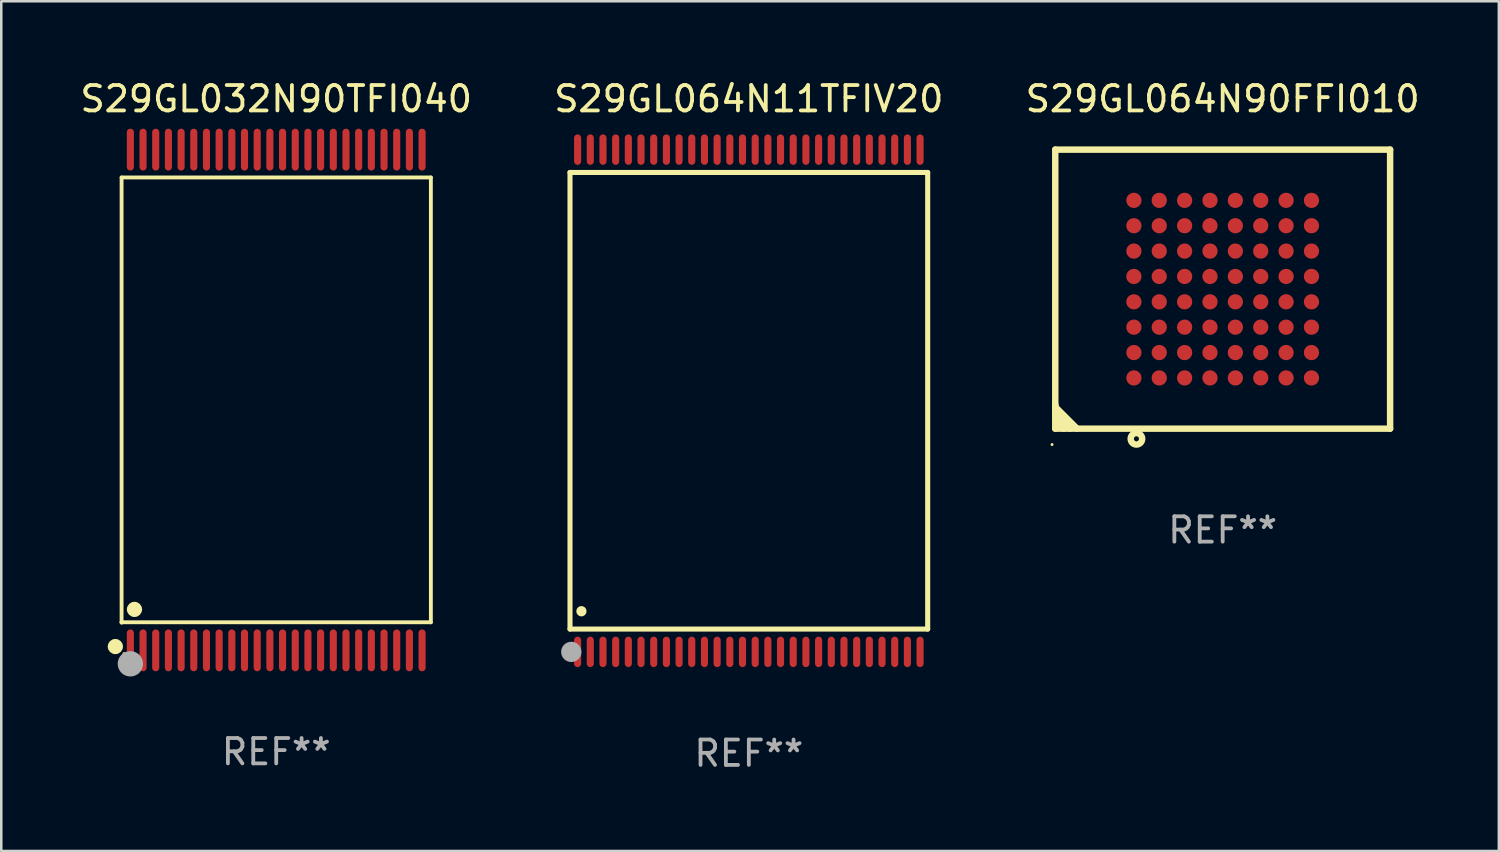
<source format=kicad_pcb>
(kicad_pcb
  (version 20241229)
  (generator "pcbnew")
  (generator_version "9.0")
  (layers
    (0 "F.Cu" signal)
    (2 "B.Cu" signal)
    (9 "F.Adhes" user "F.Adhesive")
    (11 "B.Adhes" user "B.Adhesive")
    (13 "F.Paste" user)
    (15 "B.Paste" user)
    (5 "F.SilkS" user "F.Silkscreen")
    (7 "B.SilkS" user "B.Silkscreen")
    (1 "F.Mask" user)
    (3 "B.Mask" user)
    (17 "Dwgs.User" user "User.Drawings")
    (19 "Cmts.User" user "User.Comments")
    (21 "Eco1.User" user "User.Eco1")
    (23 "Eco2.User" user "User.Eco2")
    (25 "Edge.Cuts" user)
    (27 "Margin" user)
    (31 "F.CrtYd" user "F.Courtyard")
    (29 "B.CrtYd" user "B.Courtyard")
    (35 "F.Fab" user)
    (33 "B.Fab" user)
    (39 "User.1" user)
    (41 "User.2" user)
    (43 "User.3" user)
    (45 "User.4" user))
  (footprint "S29GL064N90FFI010"
    (layer "F.Cu")
    (at 45.149 8.348)
    (property "Reference" "S29GL064N90FFI010" (at 0 -7.5 0) (layer "F.SilkS") (effects (font (size 1 1) (thickness 0.15))))
    (attr through_hole)
    (fp_line (start -6.6 -5.5) (end 6.6 -5.5) (stroke (width 0.254) (type solid)) (layer "F.SilkS"))
    (fp_line (start -6.6 4.543) (end -6.6 4.64) (stroke (width 0.254) (type solid)) (layer "F.SilkS"))
    (fp_line (start -6.6 4.64) (end -5.74 5.5) (stroke (width 0.254) (type solid)) (layer "F.SilkS"))
    (fp_line (start -6.6 4.823) (end -6.6 4.919) (stroke (width 0.254) (type solid)) (layer "F.SilkS"))
    (fp_line (start -6.6 4.919) (end -6.019 5.5) (stroke (width 0.254) (type solid)) (layer "F.SilkS"))
    (fp_line (start -6.6 5.191) (end -6.57 5.191) (stroke (width 0.254) (type solid)) (layer "F.SilkS"))
    (fp_line (start -6.6 5.5) (end -6.6 -5.5) (stroke (width 0.254) (type solid)) (layer "F.SilkS"))
    (fp_line (start -6.6 5.5) (end 6.6 5.5) (stroke (width 0.254) (type solid)) (layer "F.SilkS"))
    (fp_line (start -6.57 5.191) (end -6.261 5.5) (stroke (width 0.254) (type solid)) (layer "F.SilkS"))
    (fp_line (start 6.6 5.5) (end 6.6 -5.5) (stroke (width 0.254) (type solid)) (layer "F.SilkS"))
    (fp_circle (center -6.727 6.127) (end -6.697 6.127) (stroke (width 0.06) (type solid)) (fill no) (layer "F.SilkS"))
    (fp_circle (center -3.4 5.9) (end -3.3 5.9) (stroke (width 0.254) (type solid)) (fill no) (layer "F.SilkS"))
    (fp_text user "REF**" (at 0 9.5 0) (layer "F.Fab") (effects (font (size 1 1) (thickness 0.15))))
    (pad "A1" smd circle (at -3.5 3.5) (size 0.6 0.6) (layers "F.Cu" "F.Mask" "F.Paste"))
    (pad "A2" smd circle (at -3.5 2.5) (size 0.6 0.6) (layers "F.Cu" "F.Mask" "F.Paste"))
    (pad "A3" smd circle (at -3.5 1.5) (size 0.6 0.6) (layers "F.Cu" "F.Mask" "F.Paste"))
    (pad "A4" smd circle (at -3.5 0.5) (size 0.6 0.6) (layers "F.Cu" "F.Mask" "F.Paste"))
    (pad "A5" smd circle (at -3.5 -0.5) (size 0.6 0.6) (layers "F.Cu" "F.Mask" "F.Paste"))
    (pad "A6" smd circle (at -3.5 -1.5) (size 0.6 0.6) (layers "F.Cu" "F.Mask" "F.Paste"))
    (pad "A7" smd circle (at -3.5 -2.5) (size 0.6 0.6) (layers "F.Cu" "F.Mask" "F.Paste"))
    (pad "A8" smd circle (at -3.5 -3.5) (size 0.6 0.6) (layers "F.Cu" "F.Mask" "F.Paste"))
    (pad "B1" smd circle (at -2.5 3.5) (size 0.6 0.6) (layers "F.Cu" "F.Mask" "F.Paste"))
    (pad "B2" smd circle (at -2.5 2.5) (size 0.6 0.6) (layers "F.Cu" "F.Mask" "F.Paste"))
    (pad "B3" smd circle (at -2.5 1.5) (size 0.6 0.6) (layers "F.Cu" "F.Mask" "F.Paste"))
    (pad "B4" smd circle (at -2.5 0.5) (size 0.6 0.6) (layers "F.Cu" "F.Mask" "F.Paste"))
    (pad "B5" smd circle (at -2.5 -0.5) (size 0.6 0.6) (layers "F.Cu" "F.Mask" "F.Paste"))
    (pad "B6" smd circle (at -2.5 -1.5) (size 0.6 0.6) (layers "F.Cu" "F.Mask" "F.Paste"))
    (pad "B7" smd circle (at -2.5 -2.5) (size 0.6 0.6) (layers "F.Cu" "F.Mask" "F.Paste"))
    (pad "B8" smd circle (at -2.5 -3.5) (size 0.6 0.6) (layers "F.Cu" "F.Mask" "F.Paste"))
    (pad "C1" smd circle (at -1.5 3.5) (size 0.6 0.6) (layers "F.Cu" "F.Mask" "F.Paste"))
    (pad "C2" smd circle (at -1.5 2.5) (size 0.6 0.6) (layers "F.Cu" "F.Mask" "F.Paste"))
    (pad "C3" smd circle (at -1.5 1.5) (size 0.6 0.6) (layers "F.Cu" "F.Mask" "F.Paste"))
    (pad "C4" smd circle (at -1.5 0.5) (size 0.6 0.6) (layers "F.Cu" "F.Mask" "F.Paste"))
    (pad "C5" smd circle (at -1.5 -0.5) (size 0.6 0.6) (layers "F.Cu" "F.Mask" "F.Paste"))
    (pad "C6" smd circle (at -1.5 -1.5) (size 0.6 0.6) (layers "F.Cu" "F.Mask" "F.Paste"))
    (pad "C7" smd circle (at -1.5 -2.5) (size 0.6 0.6) (layers "F.Cu" "F.Mask" "F.Paste"))
    (pad "C8" smd circle (at -1.5 -3.5) (size 0.6 0.6) (layers "F.Cu" "F.Mask" "F.Paste"))
    (pad "D1" smd circle (at -0.5 3.5) (size 0.6 0.6) (layers "F.Cu" "F.Mask" "F.Paste"))
    (pad "D2" smd circle (at -0.5 2.5) (size 0.6 0.6) (layers "F.Cu" "F.Mask" "F.Paste"))
    (pad "D3" smd circle (at -0.5 1.5) (size 0.6 0.6) (layers "F.Cu" "F.Mask" "F.Paste"))
    (pad "D4" smd circle (at -0.5 0.5) (size 0.6 0.6) (layers "F.Cu" "F.Mask" "F.Paste"))
    (pad "D5" smd circle (at -0.5 -0.5) (size 0.6 0.6) (layers "F.Cu" "F.Mask" "F.Paste"))
    (pad "D6" smd circle (at -0.5 -1.5) (size 0.6 0.6) (layers "F.Cu" "F.Mask" "F.Paste"))
    (pad "D7" smd circle (at -0.5 -2.5) (size 0.6 0.6) (layers "F.Cu" "F.Mask" "F.Paste"))
    (pad "D8" smd circle (at -0.5 -3.5) (size 0.6 0.6) (layers "F.Cu" "F.Mask" "F.Paste"))
    (pad "E1" smd circle (at 0.5 3.5) (size 0.6 0.6) (layers "F.Cu" "F.Mask" "F.Paste"))
    (pad "E2" smd circle (at 0.5 2.5) (size 0.6 0.6) (layers "F.Cu" "F.Mask" "F.Paste"))
    (pad "E3" smd circle (at 0.5 1.5) (size 0.6 0.6) (layers "F.Cu" "F.Mask" "F.Paste"))
    (pad "E4" smd circle (at 0.5 0.5) (size 0.6 0.6) (layers "F.Cu" "F.Mask" "F.Paste"))
    (pad "E5" smd circle (at 0.5 -0.5) (size 0.6 0.6) (layers "F.Cu" "F.Mask" "F.Paste"))
    (pad "E6" smd circle (at 0.5 -1.5) (size 0.6 0.6) (layers "F.Cu" "F.Mask" "F.Paste"))
    (pad "E7" smd circle (at 0.5 -2.5) (size 0.6 0.6) (layers "F.Cu" "F.Mask" "F.Paste"))
    (pad "E8" smd circle (at 0.5 -3.5) (size 0.6 0.6) (layers "F.Cu" "F.Mask" "F.Paste"))
    (pad "F1" smd circle (at 1.5 3.5) (size 0.6 0.6) (layers "F.Cu" "F.Mask" "F.Paste"))
    (pad "F2" smd circle (at 1.5 2.5) (size 0.6 0.6) (layers "F.Cu" "F.Mask" "F.Paste"))
    (pad "F3" smd circle (at 1.5 1.5) (size 0.6 0.6) (layers "F.Cu" "F.Mask" "F.Paste"))
    (pad "F4" smd circle (at 1.5 0.5) (size 0.6 0.6) (layers "F.Cu" "F.Mask" "F.Paste"))
    (pad "F5" smd circle (at 1.5 -0.5) (size 0.6 0.6) (layers "F.Cu" "F.Mask" "F.Paste"))
    (pad "F6" smd circle (at 1.5 -1.5) (size 0.6 0.6) (layers "F.Cu" "F.Mask" "F.Paste"))
    (pad "F7" smd circle (at 1.5 -2.5) (size 0.6 0.6) (layers "F.Cu" "F.Mask" "F.Paste"))
    (pad "F8" smd circle (at 1.5 -3.5) (size 0.6 0.6) (layers "F.Cu" "F.Mask" "F.Paste"))
    (pad "G1" smd circle (at 2.5 3.5) (size 0.6 0.6) (layers "F.Cu" "F.Mask" "F.Paste"))
    (pad "G2" smd circle (at 2.5 2.5) (size 0.6 0.6) (layers "F.Cu" "F.Mask" "F.Paste"))
    (pad "G3" smd circle (at 2.5 1.5) (size 0.6 0.6) (layers "F.Cu" "F.Mask" "F.Paste"))
    (pad "G4" smd circle (at 2.5 0.5) (size 0.6 0.6) (layers "F.Cu" "F.Mask" "F.Paste"))
    (pad "G5" smd circle (at 2.5 -0.5) (size 0.6 0.6) (layers "F.Cu" "F.Mask" "F.Paste"))
    (pad "G6" smd circle (at 2.5 -1.5) (size 0.6 0.6) (layers "F.Cu" "F.Mask" "F.Paste"))
    (pad "G7" smd circle (at 2.5 -2.5) (size 0.6 0.6) (layers "F.Cu" "F.Mask" "F.Paste"))
    (pad "G8" smd circle (at 2.5 -3.5) (size 0.6 0.6) (layers "F.Cu" "F.Mask" "F.Paste"))
    (pad "H1" smd circle (at 3.5 3.5) (size 0.6 0.6) (layers "F.Cu" "F.Mask" "F.Paste"))
    (pad "H2" smd circle (at 3.5 2.5) (size 0.6 0.6) (layers "F.Cu" "F.Mask" "F.Paste"))
    (pad "H3" smd circle (at 3.5 1.5) (size 0.6 0.6) (layers "F.Cu" "F.Mask" "F.Paste"))
    (pad "H4" smd circle (at 3.5 0.5) (size 0.6 0.6) (layers "F.Cu" "F.Mask" "F.Paste"))
    (pad "H5" smd circle (at 3.5 -0.5) (size 0.6 0.6) (layers "F.Cu" "F.Mask" "F.Paste"))
    (pad "H6" smd circle (at 3.5 -1.5) (size 0.6 0.6) (layers "F.Cu" "F.Mask" "F.Paste"))
    (pad "H7" smd circle (at 3.5 -2.5) (size 0.6 0.6) (layers "F.Cu" "F.Mask" "F.Paste"))
    (pad "H8" smd circle (at 3.5 -3.5) (size 0.6 0.6) (layers "F.Cu" "F.Mask" "F.Paste")))
  (footprint "S29GL032N90TFI040"
    (layer "F.Cu")
    (at 7.839 12.718)
    (property "Reference" "S29GL032N90TFI040" (at 0 -11.87 0) (layer "F.SilkS") (effects (font (size 1 1) (thickness 0.15))))
    (attr through_hole)
    (fp_line (start -6.096 -8.771) (end 6.096 -8.771) (stroke (width 0.152) (type solid)) (layer "F.SilkS"))
    (fp_line (start -6.096 8.763) (end -6.096 8.771) (stroke (width 0.152) (type solid)) (layer "F.SilkS"))
    (fp_line (start -6.096 8.771) (end -6.096 -8.771) (stroke (width 0.152) (type solid)) (layer "F.SilkS"))
    (fp_line (start 6.096 -8.771) (end 6.096 8.763) (stroke (width 0.152) (type solid)) (layer "F.SilkS"))
    (fp_line (start 6.096 8.763) (end -6.096 8.763) (stroke (width 0.152) (type solid)) (layer "F.SilkS"))
    (fp_circle (center -6.342 9.72) (end -6.192 9.72) (stroke (width 0.3) (type solid)) (fill no) (layer "F.SilkS"))
    (fp_circle (center -6 10) (end -5.97 10) (stroke (width 0.06) (type solid)) (fill no) (layer "F.SilkS"))
    (fp_circle (center -5.588 8.255) (end -5.438 8.255) (stroke (width 0.3) (type solid)) (fill no) (layer "F.SilkS"))
    (fp_circle (center -5.75 10.4) (end -5.5 10.4) (stroke (width 0.5) (type solid)) (fill no) (layer "F.Fab"))
    (fp_text user "REF**" (at 0 13.87 0) (layer "F.Fab") (effects (font (size 1 1) (thickness 0.15))))
    (pad "1" smd oval (at -5.75 9.87) (size 0.28 1.65) (layers "F.Cu" "F.Mask" "F.Paste"))
    (pad "2" smd oval (at -5.25 9.87) (size 0.28 1.65) (layers "F.Cu" "F.Mask" "F.Paste"))
    (pad "3" smd oval (at -4.75 9.87) (size 0.28 1.65) (layers "F.Cu" "F.Mask" "F.Paste"))
    (pad "4" smd oval (at -4.25 9.87) (size 0.28 1.65) (layers "F.Cu" "F.Mask" "F.Paste"))
    (pad "5" smd oval (at -3.75 9.87) (size 0.28 1.65) (layers "F.Cu" "F.Mask" "F.Paste"))
    (pad "6" smd oval (at -3.25 9.87) (size 0.28 1.65) (layers "F.Cu" "F.Mask" "F.Paste"))
    (pad "7" smd oval (at -2.75 9.87) (size 0.28 1.65) (layers "F.Cu" "F.Mask" "F.Paste"))
    (pad "8" smd oval (at -2.25 9.87) (size 0.28 1.65) (layers "F.Cu" "F.Mask" "F.Paste"))
    (pad "9" smd oval (at -1.75 9.87) (size 0.28 1.65) (layers "F.Cu" "F.Mask" "F.Paste"))
    (pad "10" smd oval (at -1.25 9.87) (size 0.28 1.65) (layers "F.Cu" "F.Mask" "F.Paste"))
    (pad "11" smd oval (at -0.75 9.87) (size 0.28 1.65) (layers "F.Cu" "F.Mask" "F.Paste"))
    (pad "12" smd oval (at -0.25 9.87) (size 0.28 1.65) (layers "F.Cu" "F.Mask" "F.Paste"))
    (pad "13" smd oval (at 0.25 9.87) (size 0.28 1.65) (layers "F.Cu" "F.Mask" "F.Paste"))
    (pad "14" smd oval (at 0.75 9.87) (size 0.28 1.65) (layers "F.Cu" "F.Mask" "F.Paste"))
    (pad "15" smd oval (at 1.25 9.87) (size 0.28 1.65) (layers "F.Cu" "F.Mask" "F.Paste"))
    (pad "16" smd oval (at 1.75 9.87) (size 0.28 1.65) (layers "F.Cu" "F.Mask" "F.Paste"))
    (pad "17" smd oval (at 2.25 9.87) (size 0.28 1.65) (layers "F.Cu" "F.Mask" "F.Paste"))
    (pad "18" smd oval (at 2.75 9.87) (size 0.28 1.65) (layers "F.Cu" "F.Mask" "F.Paste"))
    (pad "19" smd oval (at 3.25 9.87) (size 0.28 1.65) (layers "F.Cu" "F.Mask" "F.Paste"))
    (pad "20" smd oval (at 3.75 9.87) (size 0.28 1.65) (layers "F.Cu" "F.Mask" "F.Paste"))
    (pad "21" smd oval (at 4.25 9.87) (size 0.28 1.65) (layers "F.Cu" "F.Mask" "F.Paste"))
    (pad "22" smd oval (at 4.75 9.87) (size 0.28 1.65) (layers "F.Cu" "F.Mask" "F.Paste"))
    (pad "23" smd oval (at 5.25 9.87) (size 0.28 1.65) (layers "F.Cu" "F.Mask" "F.Paste"))
    (pad "24" smd oval (at 5.75 9.87) (size 0.28 1.65) (layers "F.Cu" "F.Mask" "F.Paste"))
    (pad "25" smd oval (at 5.75 -9.87) (size 0.28 1.65) (layers "F.Cu" "F.Mask" "F.Paste"))
    (pad "26" smd oval (at 5.25 -9.87) (size 0.28 1.65) (layers "F.Cu" "F.Mask" "F.Paste"))
    (pad "27" smd oval (at 4.75 -9.87) (size 0.28 1.65) (layers "F.Cu" "F.Mask" "F.Paste"))
    (pad "28" smd oval (at 4.25 -9.87) (size 0.28 1.65) (layers "F.Cu" "F.Mask" "F.Paste"))
    (pad "29" smd oval (at 3.75 -9.87) (size 0.28 1.65) (layers "F.Cu" "F.Mask" "F.Paste"))
    (pad "30" smd oval (at 3.25 -9.87) (size 0.28 1.65) (layers "F.Cu" "F.Mask" "F.Paste"))
    (pad "31" smd oval (at 2.75 -9.87) (size 0.28 1.65) (layers "F.Cu" "F.Mask" "F.Paste"))
    (pad "32" smd oval (at 2.25 -9.87) (size 0.28 1.65) (layers "F.Cu" "F.Mask" "F.Paste"))
    (pad "33" smd oval (at 1.75 -9.87) (size 0.28 1.65) (layers "F.Cu" "F.Mask" "F.Paste"))
    (pad "34" smd oval (at 1.25 -9.87) (size 0.28 1.65) (layers "F.Cu" "F.Mask" "F.Paste"))
    (pad "35" smd oval (at 0.75 -9.87) (size 0.28 1.65) (layers "F.Cu" "F.Mask" "F.Paste"))
    (pad "36" smd oval (at 0.25 -9.87) (size 0.28 1.65) (layers "F.Cu" "F.Mask" "F.Paste"))
    (pad "37" smd oval (at -0.25 -9.87) (size 0.28 1.65) (layers "F.Cu" "F.Mask" "F.Paste"))
    (pad "38" smd oval (at -0.75 -9.87) (size 0.28 1.65) (layers "F.Cu" "F.Mask" "F.Paste"))
    (pad "39" smd oval (at -1.25 -9.87) (size 0.28 1.65) (layers "F.Cu" "F.Mask" "F.Paste"))
    (pad "40" smd oval (at -1.75 -9.87) (size 0.28 1.65) (layers "F.Cu" "F.Mask" "F.Paste"))
    (pad "41" smd oval (at -2.25 -9.87) (size 0.28 1.65) (layers "F.Cu" "F.Mask" "F.Paste"))
    (pad "42" smd oval (at -2.75 -9.87) (size 0.28 1.65) (layers "F.Cu" "F.Mask" "F.Paste"))
    (pad "43" smd oval (at -3.25 -9.87) (size 0.28 1.65) (layers "F.Cu" "F.Mask" "F.Paste"))
    (pad "44" smd oval (at -3.75 -9.87) (size 0.28 1.65) (layers "F.Cu" "F.Mask" "F.Paste"))
    (pad "45" smd oval (at -4.25 -9.87) (size 0.28 1.65) (layers "F.Cu" "F.Mask" "F.Paste"))
    (pad "46" smd oval (at -4.75 -9.87) (size 0.28 1.65) (layers "F.Cu" "F.Mask" "F.Paste"))
    (pad "47" smd oval (at -5.25 -9.87) (size 0.28 1.65) (layers "F.Cu" "F.Mask" "F.Paste"))
    (pad "48" smd oval (at -5.75 -9.87) (size 0.28 1.65) (layers "F.Cu" "F.Mask" "F.Paste")))
  (footprint "S29GL064N11TFIV20"
    (layer "F.Cu")
    (at 26.47 12.748)
    (property "Reference" "S29GL064N11TFIV20" (at 0 -11.9 0) (layer "F.SilkS") (effects (font (size 1 1) (thickness 0.15))))
    (attr through_hole)
    (fp_line (start -7.05 -9) (end 7.05 -9) (stroke (width 0.2) (type solid)) (layer "F.SilkS"))
    (fp_line (start -7.05 9) (end -7.05 -9) (stroke (width 0.2) (type solid)) (layer "F.SilkS"))
    (fp_line (start 7.05 9) (end -7.05 9) (stroke (width 0.2) (type solid)) (layer "F.SilkS"))
    (fp_line (start 7.05 9) (end 7.05 -9) (stroke (width 0.2) (type solid)) (layer "F.SilkS"))
    (fp_arc (start -6.600025 8.300025) (mid -6.600041 8.297485) (end -6.600025 8.294945) (stroke (width 0.4) (type solid)) (layer "F.SilkS"))
    (fp_circle (center -7 10) (end -6.97 10) (stroke (width 0.06) (type solid)) (fill no) (layer "F.SilkS"))
    (fp_circle (center -7 9.9) (end -6.8 9.9) (stroke (width 0.4) (type solid)) (fill no) (layer "F.Fab"))
    (fp_text user "REF**" (at 0 13.9 0) (layer "F.Fab") (effects (font (size 1 1) (thickness 0.15))))
    (pad "1" smd oval (at -6.75 9.9) (size 0.28 1.2) (layers "F.Cu" "F.Mask" "F.Paste"))
    (pad "2" smd oval (at -6.25 9.9) (size 0.28 1.2) (layers "F.Cu" "F.Mask" "F.Paste"))
    (pad "3" smd oval (at -5.75 9.9) (size 0.28 1.2) (layers "F.Cu" "F.Mask" "F.Paste"))
    (pad "4" smd oval (at -5.25 9.9) (size 0.28 1.2) (layers "F.Cu" "F.Mask" "F.Paste"))
    (pad "5" smd oval (at -4.75 9.9) (size 0.28 1.2) (layers "F.Cu" "F.Mask" "F.Paste"))
    (pad "6" smd oval (at -4.25 9.9) (size 0.28 1.2) (layers "F.Cu" "F.Mask" "F.Paste"))
    (pad "7" smd oval (at -3.75 9.9) (size 0.28 1.2) (layers "F.Cu" "F.Mask" "F.Paste"))
    (pad "8" smd oval (at -3.25 9.9) (size 0.28 1.2) (layers "F.Cu" "F.Mask" "F.Paste"))
    (pad "9" smd oval (at -2.75 9.9) (size 0.28 1.2) (layers "F.Cu" "F.Mask" "F.Paste"))
    (pad "10" smd oval (at -2.25 9.9) (size 0.28 1.2) (layers "F.Cu" "F.Mask" "F.Paste"))
    (pad "11" smd oval (at -1.75 9.9) (size 0.28 1.2) (layers "F.Cu" "F.Mask" "F.Paste"))
    (pad "12" smd oval (at -1.25 9.9) (size 0.28 1.2) (layers "F.Cu" "F.Mask" "F.Paste"))
    (pad "13" smd oval (at -0.75 9.9) (size 0.28 1.2) (layers "F.Cu" "F.Mask" "F.Paste"))
    (pad "14" smd oval (at -0.25 9.9) (size 0.28 1.2) (layers "F.Cu" "F.Mask" "F.Paste"))
    (pad "15" smd oval (at 0.25 9.9) (size 0.28 1.2) (layers "F.Cu" "F.Mask" "F.Paste"))
    (pad "16" smd oval (at 0.75 9.9) (size 0.28 1.2) (layers "F.Cu" "F.Mask" "F.Paste"))
    (pad "17" smd oval (at 1.25 9.9) (size 0.28 1.2) (layers "F.Cu" "F.Mask" "F.Paste"))
    (pad "18" smd oval (at 1.75 9.9) (size 0.28 1.2) (layers "F.Cu" "F.Mask" "F.Paste"))
    (pad "19" smd oval (at 2.25 9.9) (size 0.28 1.2) (layers "F.Cu" "F.Mask" "F.Paste"))
    (pad "20" smd oval (at 2.75 9.9) (size 0.28 1.2) (layers "F.Cu" "F.Mask" "F.Paste"))
    (pad "21" smd oval (at 3.25 9.9) (size 0.28 1.2) (layers "F.Cu" "F.Mask" "F.Paste"))
    (pad "22" smd oval (at 3.75 9.9) (size 0.28 1.2) (layers "F.Cu" "F.Mask" "F.Paste"))
    (pad "23" smd oval (at 4.25 9.9) (size 0.28 1.2) (layers "F.Cu" "F.Mask" "F.Paste"))
    (pad "24" smd oval (at 4.75 9.9) (size 0.28 1.2) (layers "F.Cu" "F.Mask" "F.Paste"))
    (pad "25" smd oval (at 5.25 9.9) (size 0.28 1.2) (layers "F.Cu" "F.Mask" "F.Paste"))
    (pad "26" smd oval (at 5.75 9.9) (size 0.28 1.2) (layers "F.Cu" "F.Mask" "F.Paste"))
    (pad "27" smd oval (at 6.25 9.9) (size 0.28 1.2) (layers "F.Cu" "F.Mask" "F.Paste"))
    (pad "28" smd oval (at 6.75 9.9) (size 0.28 1.2) (layers "F.Cu" "F.Mask" "F.Paste"))
    (pad "29" smd oval (at 6.75 -9.9) (size 0.28 1.2) (layers "F.Cu" "F.Mask" "F.Paste"))
    (pad "30" smd oval (at 6.25 -9.9) (size 0.28 1.2) (layers "F.Cu" "F.Mask" "F.Paste"))
    (pad "31" smd oval (at 5.75 -9.9) (size 0.28 1.2) (layers "F.Cu" "F.Mask" "F.Paste"))
    (pad "32" smd oval (at 5.25 -9.9) (size 0.28 1.2) (layers "F.Cu" "F.Mask" "F.Paste"))
    (pad "33" smd oval (at 4.75 -9.9) (size 0.28 1.2) (layers "F.Cu" "F.Mask" "F.Paste"))
    (pad "34" smd oval (at 4.25 -9.9) (size 0.28 1.2) (layers "F.Cu" "F.Mask" "F.Paste"))
    (pad "35" smd oval (at 3.75 -9.9) (size 0.28 1.2) (layers "F.Cu" "F.Mask" "F.Paste"))
    (pad "36" smd oval (at 3.25 -9.9) (size 0.28 1.2) (layers "F.Cu" "F.Mask" "F.Paste"))
    (pad "37" smd oval (at 2.75 -9.9) (size 0.28 1.2) (layers "F.Cu" "F.Mask" "F.Paste"))
    (pad "38" smd oval (at 2.25 -9.9) (size 0.28 1.2) (layers "F.Cu" "F.Mask" "F.Paste"))
    (pad "39" smd oval (at 1.75 -9.9) (size 0.28 1.2) (layers "F.Cu" "F.Mask" "F.Paste"))
    (pad "40" smd oval (at 1.25 -9.9) (size 0.28 1.2) (layers "F.Cu" "F.Mask" "F.Paste"))
    (pad "41" smd oval (at 0.75 -9.9) (size 0.28 1.2) (layers "F.Cu" "F.Mask" "F.Paste"))
    (pad "42" smd oval (at 0.25 -9.9) (size 0.28 1.2) (layers "F.Cu" "F.Mask" "F.Paste"))
    (pad "43" smd oval (at -0.25 -9.9) (size 0.28 1.2) (layers "F.Cu" "F.Mask" "F.Paste"))
    (pad "44" smd oval (at -0.75 -9.9) (size 0.28 1.2) (layers "F.Cu" "F.Mask" "F.Paste"))
    (pad "45" smd oval (at -1.25 -9.9) (size 0.28 1.2) (layers "F.Cu" "F.Mask" "F.Paste"))
    (pad "46" smd oval (at -1.75 -9.9) (size 0.28 1.2) (layers "F.Cu" "F.Mask" "F.Paste"))
    (pad "47" smd oval (at -2.25 -9.9) (size 0.28 1.2) (layers "F.Cu" "F.Mask" "F.Paste"))
    (pad "48" smd oval (at -2.75 -9.9) (size 0.28 1.2) (layers "F.Cu" "F.Mask" "F.Paste"))
    (pad "49" smd oval (at -3.25 -9.9) (size 0.28 1.2) (layers "F.Cu" "F.Mask" "F.Paste"))
    (pad "50" smd oval (at -3.75 -9.9) (size 0.28 1.2) (layers "F.Cu" "F.Mask" "F.Paste"))
    (pad "51" smd oval (at -4.25 -9.9) (size 0.28 1.2) (layers "F.Cu" "F.Mask" "F.Paste"))
    (pad "52" smd oval (at -4.75 -9.9) (size 0.28 1.2) (layers "F.Cu" "F.Mask" "F.Paste"))
    (pad "53" smd oval (at -5.25 -9.9) (size 0.28 1.2) (layers "F.Cu" "F.Mask" "F.Paste"))
    (pad "54" smd oval (at -5.75 -9.9) (size 0.28 1.2) (layers "F.Cu" "F.Mask" "F.Paste"))
    (pad "55" smd oval (at -6.25 -9.9) (size 0.28 1.2) (layers "F.Cu" "F.Mask" "F.Paste"))
    (pad "56" smd oval (at -6.75 -9.9) (size 0.28 1.2) (layers "F.Cu" "F.Mask" "F.Paste")))
  (gr_rect
    (start -3 -3)
    (end 56.036 30.496)
    (stroke (width 0.1) (type default))
    (fill no)
    (layer "Edge.Cuts")))
</source>
